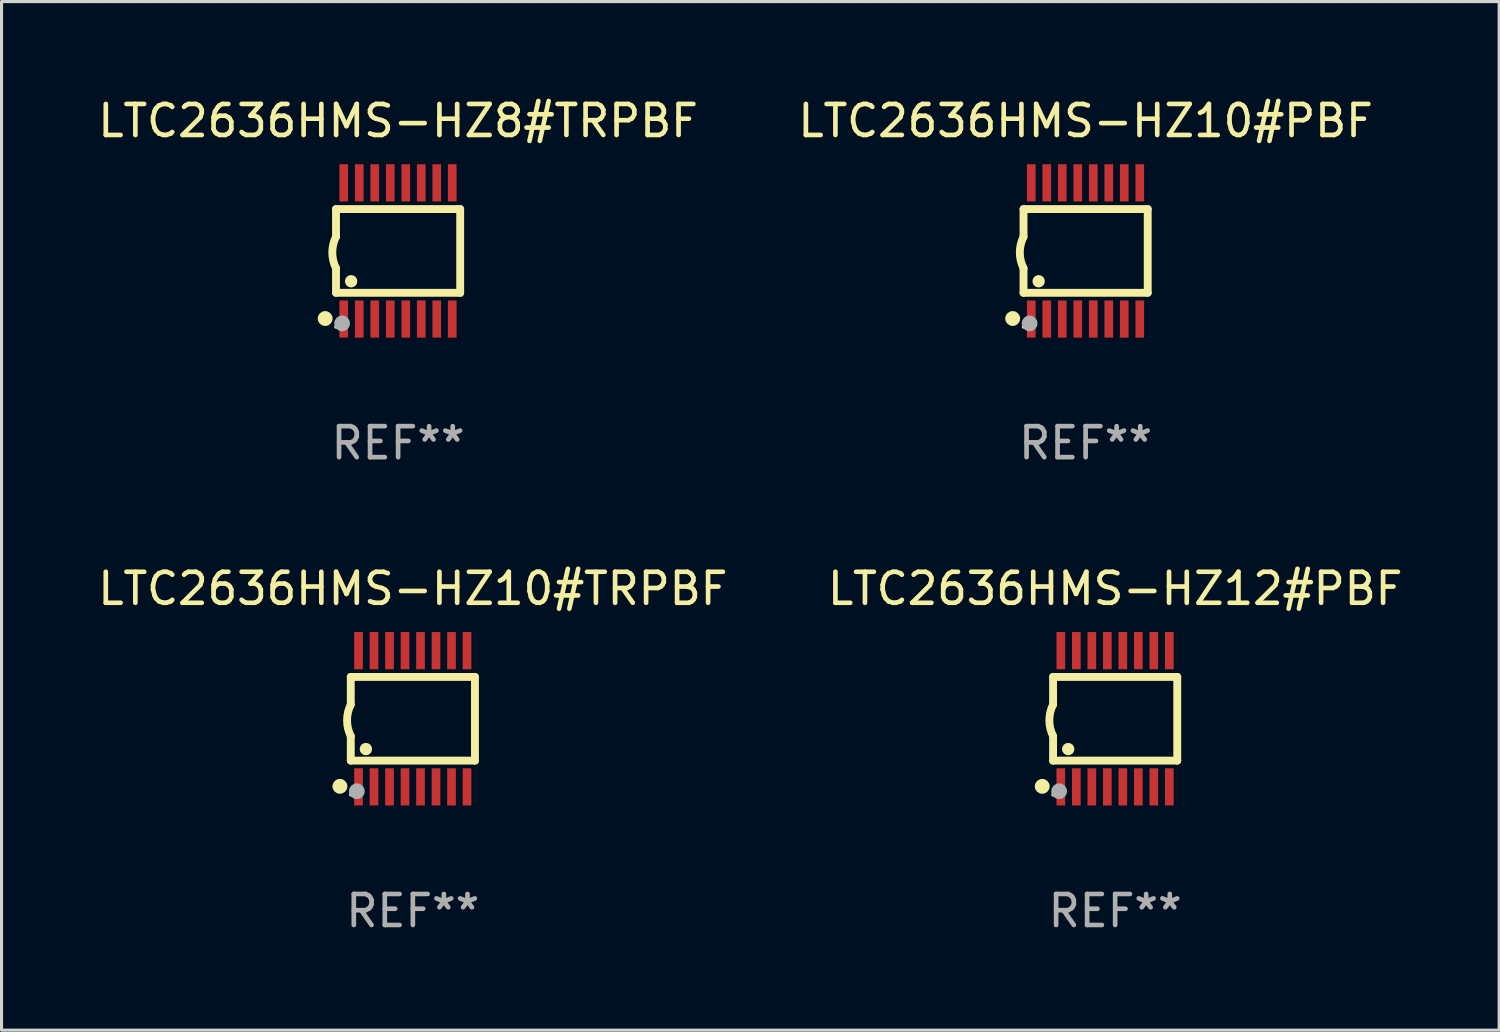
<source format=kicad_pcb>
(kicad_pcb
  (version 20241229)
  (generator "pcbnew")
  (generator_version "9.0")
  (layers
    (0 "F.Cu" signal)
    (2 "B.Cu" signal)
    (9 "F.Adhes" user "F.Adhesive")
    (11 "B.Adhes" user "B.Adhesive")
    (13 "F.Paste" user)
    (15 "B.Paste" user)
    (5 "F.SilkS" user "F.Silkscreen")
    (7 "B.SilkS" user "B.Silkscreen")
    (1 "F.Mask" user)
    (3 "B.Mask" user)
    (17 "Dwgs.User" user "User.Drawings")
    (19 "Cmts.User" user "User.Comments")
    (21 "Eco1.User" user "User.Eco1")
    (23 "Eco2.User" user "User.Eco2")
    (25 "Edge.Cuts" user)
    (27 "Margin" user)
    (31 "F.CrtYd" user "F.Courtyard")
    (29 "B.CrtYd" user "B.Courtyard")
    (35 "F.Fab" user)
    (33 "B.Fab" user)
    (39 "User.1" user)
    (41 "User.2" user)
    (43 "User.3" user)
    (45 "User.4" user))
  (footprint "LTC2636HMS-HZ12#PBF"
    (layer "F.Cu")
    (at 32.923 20.136)
    (property "Reference" "LTC2636HMS-HZ12#PBF" (at 0 -4.197 0) (layer "F.SilkS") (effects (font (size 1 1) (thickness 0.15))))
    (attr through_hole)
    (fp_line (start -2.003 -1.35) (end -2.003 -0.457) (stroke (width 0.254) (type solid)) (layer "F.SilkS"))
    (fp_line (start -2.003 -1.35) (end 2.003 -1.35) (stroke (width 0.254) (type solid)) (layer "F.SilkS"))
    (fp_line (start -2.003 1.35) (end -2.003 0.559) (stroke (width 0.254) (type solid)) (layer "F.SilkS"))
    (fp_line (start -2.003 1.35) (end 2.003 1.35) (stroke (width 0.254) (type solid)) (layer "F.SilkS"))
    (fp_line (start 2.003 -1.35) (end 2.003 1.35) (stroke (width 0.254) (type solid)) (layer "F.SilkS"))
    (fp_arc (start -2.002286 0.558802) (mid -2.122556 0.05092) (end -2.003302 -0.457201) (stroke (width 0.254001) (type solid)) (layer "F.SilkS"))
    (fp_circle (center -2.353 2.18) (end -2.233 2.18) (stroke (width 0.24) (type solid)) (fill no) (layer "F.SilkS"))
    (fp_circle (center -2.003 2.45) (end -1.973 2.45) (stroke (width 0.06) (type solid)) (fill no) (layer "F.SilkS"))
    (fp_circle (center -1.515 0.978) (end -1.415 0.978) (stroke (width 0.2) (type solid)) (fill no) (layer "F.SilkS"))
    (fp_circle (center -1.807 2.337) (end -1.68 2.337) (stroke (width 0.254) (type solid)) (fill no) (layer "F.Fab"))
    (fp_text user "REF**" (at 0 6.197 0) (layer "F.Fab") (effects (font (size 1 1) (thickness 0.15))))
    (pad "1" smd rect (at -1.753 2.197 90) (size 1.2 0.28) (layers "F.Cu" "F.Mask" "F.Paste"))
    (pad "2" smd rect (at -1.253 2.197 90) (size 1.2 0.28) (layers "F.Cu" "F.Mask" "F.Paste"))
    (pad "3" smd rect (at -0.753 2.197 90) (size 1.2 0.28) (layers "F.Cu" "F.Mask" "F.Paste"))
    (pad "4" smd rect (at -0.253 2.197 90) (size 1.2 0.28) (layers "F.Cu" "F.Mask" "F.Paste"))
    (pad "5" smd rect (at 0.247 2.197 90) (size 1.2 0.28) (layers "F.Cu" "F.Mask" "F.Paste"))
    (pad "6" smd rect (at 0.747 2.197 90) (size 1.2 0.28) (layers "F.Cu" "F.Mask" "F.Paste"))
    (pad "7" smd rect (at 1.247 2.197 90) (size 1.2 0.28) (layers "F.Cu" "F.Mask" "F.Paste"))
    (pad "8" smd rect (at 1.747 2.197 90) (size 1.2 0.28) (layers "F.Cu" "F.Mask" "F.Paste"))
    (pad "9" smd rect (at 1.747 -2.197 90) (size 1.2 0.28) (layers "F.Cu" "F.Mask" "F.Paste"))
    (pad "10" smd rect (at 1.247 -2.197 90) (size 1.2 0.28) (layers "F.Cu" "F.Mask" "F.Paste"))
    (pad "11" smd rect (at 0.747 -2.197 90) (size 1.2 0.28) (layers "F.Cu" "F.Mask" "F.Paste"))
    (pad "12" smd rect (at 0.247 -2.197 90) (size 1.2 0.28) (layers "F.Cu" "F.Mask" "F.Paste"))
    (pad "13" smd rect (at -0.253 -2.197 90) (size 1.2 0.28) (layers "F.Cu" "F.Mask" "F.Paste"))
    (pad "14" smd rect (at -0.753 -2.197 90) (size 1.2 0.28) (layers "F.Cu" "F.Mask" "F.Paste"))
    (pad "15" smd rect (at -1.253 -2.197 90) (size 1.2 0.28) (layers "F.Cu" "F.Mask" "F.Paste"))
    (pad "16" smd rect (at -1.753 -2.197 90) (size 1.2 0.28) (layers "F.Cu" "F.Mask" "F.Paste")))
  (footprint "LTC2636HMS-HZ10#PBF"
    (layer "F.Cu")
    (at 31.97 5.045)
    (property "Reference" "LTC2636HMS-HZ10#PBF" (at 0 -4.197 0) (layer "F.SilkS") (effects (font (size 1 1) (thickness 0.15))))
    (attr through_hole)
    (fp_line (start -2.003 -1.35) (end -2.003 -0.457) (stroke (width 0.254) (type solid)) (layer "F.SilkS"))
    (fp_line (start -2.003 -1.35) (end 2.003 -1.35) (stroke (width 0.254) (type solid)) (layer "F.SilkS"))
    (fp_line (start -2.003 1.35) (end -2.003 0.559) (stroke (width 0.254) (type solid)) (layer "F.SilkS"))
    (fp_line (start -2.003 1.35) (end 2.003 1.35) (stroke (width 0.254) (type solid)) (layer "F.SilkS"))
    (fp_line (start 2.003 -1.35) (end 2.003 1.35) (stroke (width 0.254) (type solid)) (layer "F.SilkS"))
    (fp_arc (start -2.002286 0.558802) (mid -2.122556 0.05092) (end -2.003302 -0.457201) (stroke (width 0.254001) (type solid)) (layer "F.SilkS"))
    (fp_circle (center -2.353 2.18) (end -2.233 2.18) (stroke (width 0.24) (type solid)) (fill no) (layer "F.SilkS"))
    (fp_circle (center -2.003 2.45) (end -1.973 2.45) (stroke (width 0.06) (type solid)) (fill no) (layer "F.SilkS"))
    (fp_circle (center -1.515 0.978) (end -1.415 0.978) (stroke (width 0.2) (type solid)) (fill no) (layer "F.SilkS"))
    (fp_circle (center -1.807 2.337) (end -1.68 2.337) (stroke (width 0.254) (type solid)) (fill no) (layer "F.Fab"))
    (fp_text user "REF**" (at 0 6.197 0) (layer "F.Fab") (effects (font (size 1 1) (thickness 0.15))))
    (pad "1" smd rect (at -1.753 2.197 90) (size 1.2 0.28) (layers "F.Cu" "F.Mask" "F.Paste"))
    (pad "2" smd rect (at -1.253 2.197 90) (size 1.2 0.28) (layers "F.Cu" "F.Mask" "F.Paste"))
    (pad "3" smd rect (at -0.753 2.197 90) (size 1.2 0.28) (layers "F.Cu" "F.Mask" "F.Paste"))
    (pad "4" smd rect (at -0.253 2.197 90) (size 1.2 0.28) (layers "F.Cu" "F.Mask" "F.Paste"))
    (pad "5" smd rect (at 0.247 2.197 90) (size 1.2 0.28) (layers "F.Cu" "F.Mask" "F.Paste"))
    (pad "6" smd rect (at 0.747 2.197 90) (size 1.2 0.28) (layers "F.Cu" "F.Mask" "F.Paste"))
    (pad "7" smd rect (at 1.247 2.197 90) (size 1.2 0.28) (layers "F.Cu" "F.Mask" "F.Paste"))
    (pad "8" smd rect (at 1.747 2.197 90) (size 1.2 0.28) (layers "F.Cu" "F.Mask" "F.Paste"))
    (pad "9" smd rect (at 1.747 -2.197 90) (size 1.2 0.28) (layers "F.Cu" "F.Mask" "F.Paste"))
    (pad "10" smd rect (at 1.247 -2.197 90) (size 1.2 0.28) (layers "F.Cu" "F.Mask" "F.Paste"))
    (pad "11" smd rect (at 0.747 -2.197 90) (size 1.2 0.28) (layers "F.Cu" "F.Mask" "F.Paste"))
    (pad "12" smd rect (at 0.247 -2.197 90) (size 1.2 0.28) (layers "F.Cu" "F.Mask" "F.Paste"))
    (pad "13" smd rect (at -0.253 -2.197 90) (size 1.2 0.28) (layers "F.Cu" "F.Mask" "F.Paste"))
    (pad "14" smd rect (at -0.753 -2.197 90) (size 1.2 0.28) (layers "F.Cu" "F.Mask" "F.Paste"))
    (pad "15" smd rect (at -1.253 -2.197 90) (size 1.2 0.28) (layers "F.Cu" "F.Mask" "F.Paste"))
    (pad "16" smd rect (at -1.753 -2.197 90) (size 1.2 0.28) (layers "F.Cu" "F.Mask" "F.Paste")))
  (footprint "LTC2636HMS-HZ10#TRPBF"
    (layer "F.Cu")
    (at 10.268 20.136)
    (property "Reference" "LTC2636HMS-HZ10#TRPBF" (at 0 -4.197 0) (layer "F.SilkS") (effects (font (size 1 1) (thickness 0.15))))
    (attr through_hole)
    (fp_line (start -2.003 -1.35) (end -2.003 -0.457) (stroke (width 0.254) (type solid)) (layer "F.SilkS"))
    (fp_line (start -2.003 -1.35) (end 2.003 -1.35) (stroke (width 0.254) (type solid)) (layer "F.SilkS"))
    (fp_line (start -2.003 1.35) (end -2.003 0.559) (stroke (width 0.254) (type solid)) (layer "F.SilkS"))
    (fp_line (start -2.003 1.35) (end 2.003 1.35) (stroke (width 0.254) (type solid)) (layer "F.SilkS"))
    (fp_line (start 2.003 -1.35) (end 2.003 1.35) (stroke (width 0.254) (type solid)) (layer "F.SilkS"))
    (fp_arc (start -2.002286 0.558802) (mid -2.122556 0.05092) (end -2.003302 -0.457201) (stroke (width 0.254001) (type solid)) (layer "F.SilkS"))
    (fp_circle (center -2.353 2.18) (end -2.233 2.18) (stroke (width 0.24) (type solid)) (fill no) (layer "F.SilkS"))
    (fp_circle (center -2.003 2.45) (end -1.973 2.45) (stroke (width 0.06) (type solid)) (fill no) (layer "F.SilkS"))
    (fp_circle (center -1.515 0.978) (end -1.415 0.978) (stroke (width 0.2) (type solid)) (fill no) (layer "F.SilkS"))
    (fp_circle (center -1.807 2.337) (end -1.68 2.337) (stroke (width 0.254) (type solid)) (fill no) (layer "F.Fab"))
    (fp_text user "REF**" (at 0 6.197 0) (layer "F.Fab") (effects (font (size 1 1) (thickness 0.15))))
    (pad "1" smd rect (at -1.753 2.197 90) (size 1.2 0.28) (layers "F.Cu" "F.Mask" "F.Paste"))
    (pad "2" smd rect (at -1.253 2.197 90) (size 1.2 0.28) (layers "F.Cu" "F.Mask" "F.Paste"))
    (pad "3" smd rect (at -0.753 2.197 90) (size 1.2 0.28) (layers "F.Cu" "F.Mask" "F.Paste"))
    (pad "4" smd rect (at -0.253 2.197 90) (size 1.2 0.28) (layers "F.Cu" "F.Mask" "F.Paste"))
    (pad "5" smd rect (at 0.247 2.197 90) (size 1.2 0.28) (layers "F.Cu" "F.Mask" "F.Paste"))
    (pad "6" smd rect (at 0.747 2.197 90) (size 1.2 0.28) (layers "F.Cu" "F.Mask" "F.Paste"))
    (pad "7" smd rect (at 1.247 2.197 90) (size 1.2 0.28) (layers "F.Cu" "F.Mask" "F.Paste"))
    (pad "8" smd rect (at 1.747 2.197 90) (size 1.2 0.28) (layers "F.Cu" "F.Mask" "F.Paste"))
    (pad "9" smd rect (at 1.747 -2.197 90) (size 1.2 0.28) (layers "F.Cu" "F.Mask" "F.Paste"))
    (pad "10" smd rect (at 1.247 -2.197 90) (size 1.2 0.28) (layers "F.Cu" "F.Mask" "F.Paste"))
    (pad "11" smd rect (at 0.747 -2.197 90) (size 1.2 0.28) (layers "F.Cu" "F.Mask" "F.Paste"))
    (pad "12" smd rect (at 0.247 -2.197 90) (size 1.2 0.28) (layers "F.Cu" "F.Mask" "F.Paste"))
    (pad "13" smd rect (at -0.253 -2.197 90) (size 1.2 0.28) (layers "F.Cu" "F.Mask" "F.Paste"))
    (pad "14" smd rect (at -0.753 -2.197 90) (size 1.2 0.28) (layers "F.Cu" "F.Mask" "F.Paste"))
    (pad "15" smd rect (at -1.253 -2.197 90) (size 1.2 0.28) (layers "F.Cu" "F.Mask" "F.Paste"))
    (pad "16" smd rect (at -1.753 -2.197 90) (size 1.2 0.28) (layers "F.Cu" "F.Mask" "F.Paste")))
  (footprint "LTC2636HMS-HZ8#TRPBF"
    (layer "F.Cu")
    (at 9.792 5.045)
    (property "Reference" "LTC2636HMS-HZ8#TRPBF" (at 0 -4.197 0) (layer "F.SilkS") (effects (font (size 1 1) (thickness 0.15))))
    (attr through_hole)
    (fp_line (start -2.003 -1.35) (end -2.003 -0.457) (stroke (width 0.254) (type solid)) (layer "F.SilkS"))
    (fp_line (start -2.003 -1.35) (end 2.003 -1.35) (stroke (width 0.254) (type solid)) (layer "F.SilkS"))
    (fp_line (start -2.003 1.35) (end -2.003 0.559) (stroke (width 0.254) (type solid)) (layer "F.SilkS"))
    (fp_line (start -2.003 1.35) (end 2.003 1.35) (stroke (width 0.254) (type solid)) (layer "F.SilkS"))
    (fp_line (start 2.003 -1.35) (end 2.003 1.35) (stroke (width 0.254) (type solid)) (layer "F.SilkS"))
    (fp_arc (start -2.002286 0.558802) (mid -2.122556 0.05092) (end -2.003302 -0.457201) (stroke (width 0.254001) (type solid)) (layer "F.SilkS"))
    (fp_circle (center -2.353 2.18) (end -2.233 2.18) (stroke (width 0.24) (type solid)) (fill no) (layer "F.SilkS"))
    (fp_circle (center -2.003 2.45) (end -1.973 2.45) (stroke (width 0.06) (type solid)) (fill no) (layer "F.SilkS"))
    (fp_circle (center -1.515 0.978) (end -1.415 0.978) (stroke (width 0.2) (type solid)) (fill no) (layer "F.SilkS"))
    (fp_circle (center -1.807 2.337) (end -1.68 2.337) (stroke (width 0.254) (type solid)) (fill no) (layer "F.Fab"))
    (fp_text user "REF**" (at 0 6.197 0) (layer "F.Fab") (effects (font (size 1 1) (thickness 0.15))))
    (pad "1" smd rect (at -1.753 2.197 90) (size 1.2 0.28) (layers "F.Cu" "F.Mask" "F.Paste"))
    (pad "2" smd rect (at -1.253 2.197 90) (size 1.2 0.28) (layers "F.Cu" "F.Mask" "F.Paste"))
    (pad "3" smd rect (at -0.753 2.197 90) (size 1.2 0.28) (layers "F.Cu" "F.Mask" "F.Paste"))
    (pad "4" smd rect (at -0.253 2.197 90) (size 1.2 0.28) (layers "F.Cu" "F.Mask" "F.Paste"))
    (pad "5" smd rect (at 0.247 2.197 90) (size 1.2 0.28) (layers "F.Cu" "F.Mask" "F.Paste"))
    (pad "6" smd rect (at 0.747 2.197 90) (size 1.2 0.28) (layers "F.Cu" "F.Mask" "F.Paste"))
    (pad "7" smd rect (at 1.247 2.197 90) (size 1.2 0.28) (layers "F.Cu" "F.Mask" "F.Paste"))
    (pad "8" smd rect (at 1.747 2.197 90) (size 1.2 0.28) (layers "F.Cu" "F.Mask" "F.Paste"))
    (pad "9" smd rect (at 1.747 -2.197 90) (size 1.2 0.28) (layers "F.Cu" "F.Mask" "F.Paste"))
    (pad "10" smd rect (at 1.247 -2.197 90) (size 1.2 0.28) (layers "F.Cu" "F.Mask" "F.Paste"))
    (pad "11" smd rect (at 0.747 -2.197 90) (size 1.2 0.28) (layers "F.Cu" "F.Mask" "F.Paste"))
    (pad "12" smd rect (at 0.247 -2.197 90) (size 1.2 0.28) (layers "F.Cu" "F.Mask" "F.Paste"))
    (pad "13" smd rect (at -0.253 -2.197 90) (size 1.2 0.28) (layers "F.Cu" "F.Mask" "F.Paste"))
    (pad "14" smd rect (at -0.753 -2.197 90) (size 1.2 0.28) (layers "F.Cu" "F.Mask" "F.Paste"))
    (pad "15" smd rect (at -1.253 -2.197 90) (size 1.2 0.28) (layers "F.Cu" "F.Mask" "F.Paste"))
    (pad "16" smd rect (at -1.753 -2.197 90) (size 1.2 0.28) (layers "F.Cu" "F.Mask" "F.Paste")))
  (gr_rect
    (start -3 -3)
    (end 45.31 30.181)
    (stroke (width 0.1) (type default))
    (fill no)
    (layer "Edge.Cuts")))
</source>
